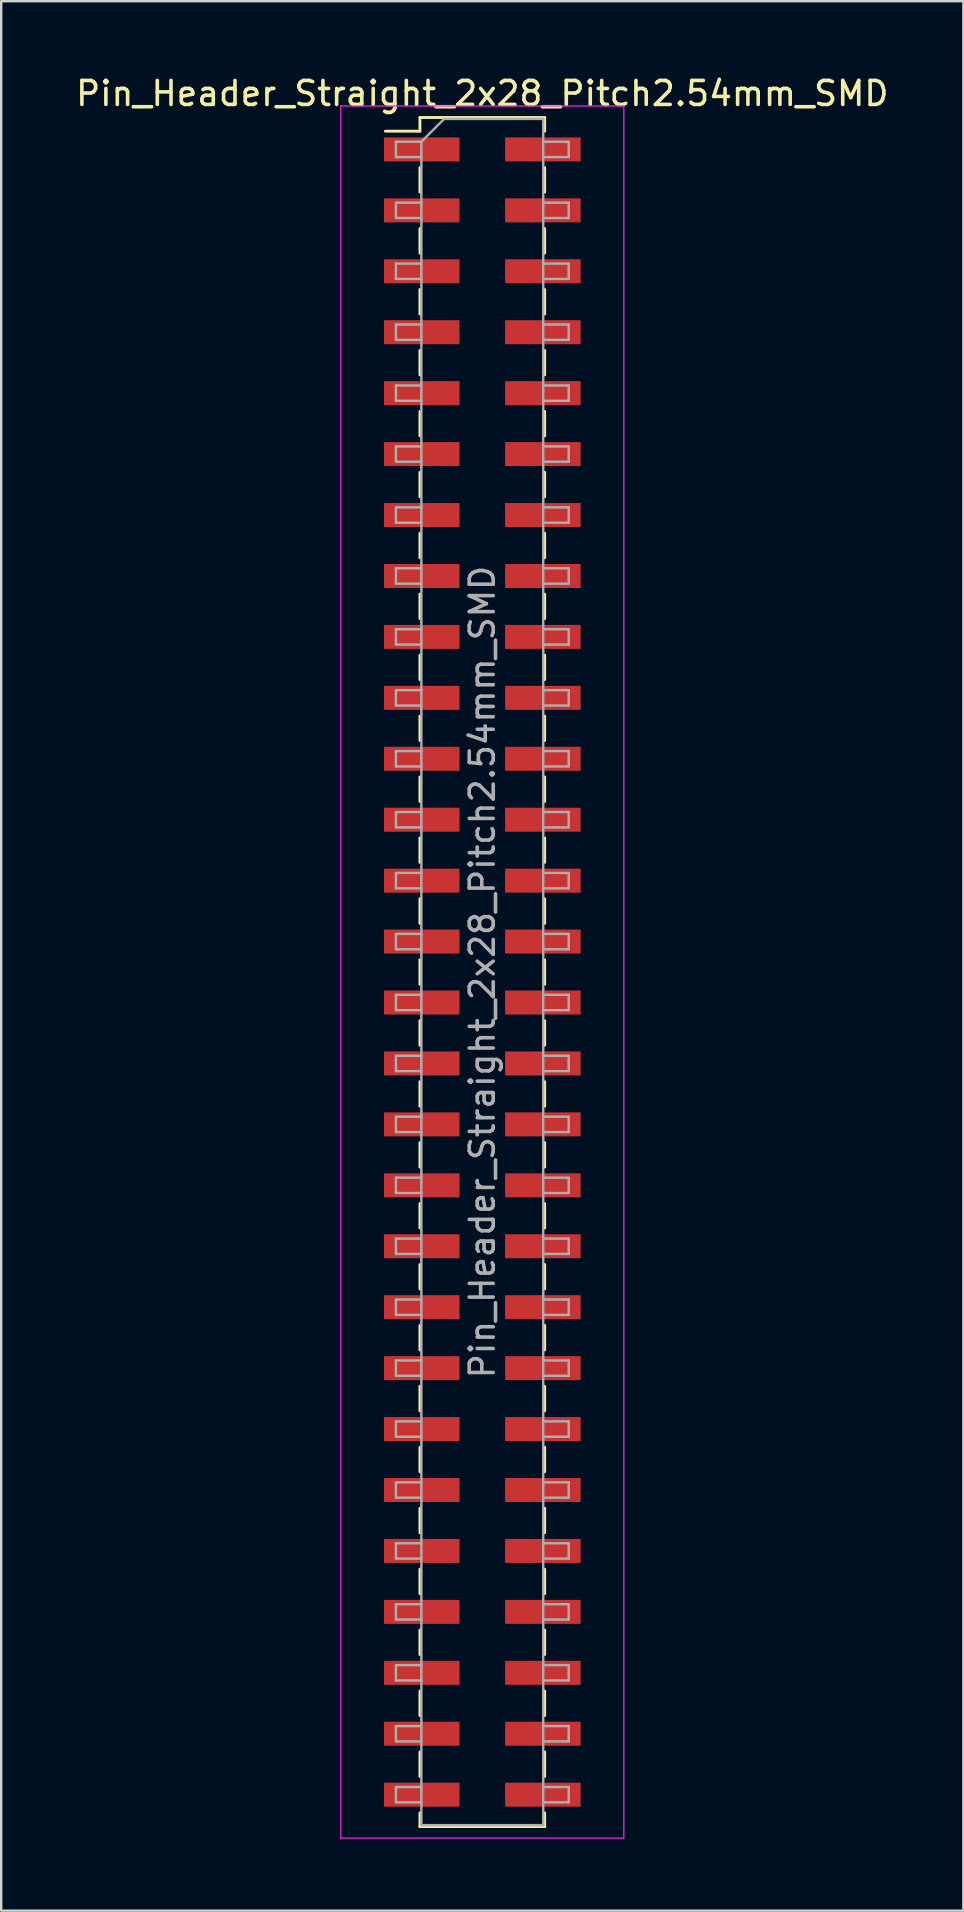
<source format=kicad_pcb>
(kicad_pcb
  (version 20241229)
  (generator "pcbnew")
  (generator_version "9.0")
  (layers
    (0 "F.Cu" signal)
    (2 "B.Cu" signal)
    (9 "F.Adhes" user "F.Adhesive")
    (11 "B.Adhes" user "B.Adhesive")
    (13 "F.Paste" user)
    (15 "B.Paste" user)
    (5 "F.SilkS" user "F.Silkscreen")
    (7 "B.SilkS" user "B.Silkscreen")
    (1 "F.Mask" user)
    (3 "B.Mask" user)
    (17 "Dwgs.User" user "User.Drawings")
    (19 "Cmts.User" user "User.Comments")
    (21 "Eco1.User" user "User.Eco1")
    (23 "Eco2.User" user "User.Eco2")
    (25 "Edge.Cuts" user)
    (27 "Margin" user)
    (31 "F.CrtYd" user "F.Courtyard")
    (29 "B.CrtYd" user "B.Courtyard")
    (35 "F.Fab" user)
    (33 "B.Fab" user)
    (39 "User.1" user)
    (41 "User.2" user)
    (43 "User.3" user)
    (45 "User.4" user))
  (footprint "Pin_Header_Straight_2x28_Pitch2.54mm_SMD"
    (layer "F.Cu")
    (at 17.054 37.468)
    (property "Reference" "Pin_Header_Straight_2x28_Pitch2.54mm_SMD" (at 0 -36.62 0) (layer "F.SilkS") (effects (font (size 1 1) (thickness 0.15))))
    (attr smd)
    (fp_line (start -4.04 -35.05) (end -2.6 -35.05) (stroke (width 0.12) (type solid)) (layer "F.SilkS"))
    (fp_line (start -2.6 -35.62) (end -2.6 -35.05) (stroke (width 0.12) (type solid)) (layer "F.SilkS"))
    (fp_line (start -2.6 -35.62) (end 2.6 -35.62) (stroke (width 0.12) (type solid)) (layer "F.SilkS"))
    (fp_line (start -2.6 -33.53) (end -2.6 -32.51) (stroke (width 0.12) (type solid)) (layer "F.SilkS"))
    (fp_line (start -2.6 -30.99) (end -2.6 -29.97) (stroke (width 0.12) (type solid)) (layer "F.SilkS"))
    (fp_line (start -2.6 -28.45) (end -2.6 -27.43) (stroke (width 0.12) (type solid)) (layer "F.SilkS"))
    (fp_line (start -2.6 -25.91) (end -2.6 -24.89) (stroke (width 0.12) (type solid)) (layer "F.SilkS"))
    (fp_line (start -2.6 -23.37) (end -2.6 -22.35) (stroke (width 0.12) (type solid)) (layer "F.SilkS"))
    (fp_line (start -2.6 -20.83) (end -2.6 -19.81) (stroke (width 0.12) (type solid)) (layer "F.SilkS"))
    (fp_line (start -2.6 -18.29) (end -2.6 -17.27) (stroke (width 0.12) (type solid)) (layer "F.SilkS"))
    (fp_line (start -2.6 -15.75) (end -2.6 -14.73) (stroke (width 0.12) (type solid)) (layer "F.SilkS"))
    (fp_line (start -2.6 -13.21) (end -2.6 -12.19) (stroke (width 0.12) (type solid)) (layer "F.SilkS"))
    (fp_line (start -2.6 -10.67) (end -2.6 -9.65) (stroke (width 0.12) (type solid)) (layer "F.SilkS"))
    (fp_line (start -2.6 -8.13) (end -2.6 -7.11) (stroke (width 0.12) (type solid)) (layer "F.SilkS"))
    (fp_line (start -2.6 -5.59) (end -2.6 -4.57) (stroke (width 0.12) (type solid)) (layer "F.SilkS"))
    (fp_line (start -2.6 -3.05) (end -2.6 -2.03) (stroke (width 0.12) (type solid)) (layer "F.SilkS"))
    (fp_line (start -2.6 -0.51) (end -2.6 0.51) (stroke (width 0.12) (type solid)) (layer "F.SilkS"))
    (fp_line (start -2.6 2.03) (end -2.6 3.05) (stroke (width 0.12) (type solid)) (layer "F.SilkS"))
    (fp_line (start -2.6 4.57) (end -2.6 5.59) (stroke (width 0.12) (type solid)) (layer "F.SilkS"))
    (fp_line (start -2.6 7.11) (end -2.6 8.13) (stroke (width 0.12) (type solid)) (layer "F.SilkS"))
    (fp_line (start -2.6 9.65) (end -2.6 10.67) (stroke (width 0.12) (type solid)) (layer "F.SilkS"))
    (fp_line (start -2.6 12.19) (end -2.6 13.21) (stroke (width 0.12) (type solid)) (layer "F.SilkS"))
    (fp_line (start -2.6 14.73) (end -2.6 15.75) (stroke (width 0.12) (type solid)) (layer "F.SilkS"))
    (fp_line (start -2.6 17.27) (end -2.6 18.29) (stroke (width 0.12) (type solid)) (layer "F.SilkS"))
    (fp_line (start -2.6 19.81) (end -2.6 20.83) (stroke (width 0.12) (type solid)) (layer "F.SilkS"))
    (fp_line (start -2.6 22.35) (end -2.6 23.37) (stroke (width 0.12) (type solid)) (layer "F.SilkS"))
    (fp_line (start -2.6 24.89) (end -2.6 25.91) (stroke (width 0.12) (type solid)) (layer "F.SilkS"))
    (fp_line (start -2.6 27.43) (end -2.6 28.45) (stroke (width 0.12) (type solid)) (layer "F.SilkS"))
    (fp_line (start -2.6 29.97) (end -2.6 30.99) (stroke (width 0.12) (type solid)) (layer "F.SilkS"))
    (fp_line (start -2.6 32.51) (end -2.6 33.53) (stroke (width 0.12) (type solid)) (layer "F.SilkS"))
    (fp_line (start -2.6 35.05) (end -2.6 35.62) (stroke (width 0.12) (type solid)) (layer "F.SilkS"))
    (fp_line (start -2.6 35.62) (end 2.6 35.62) (stroke (width 0.12) (type solid)) (layer "F.SilkS"))
    (fp_line (start 2.6 -35.62) (end 2.6 -35.05) (stroke (width 0.12) (type solid)) (layer "F.SilkS"))
    (fp_line (start 2.6 -33.53) (end 2.6 -32.51) (stroke (width 0.12) (type solid)) (layer "F.SilkS"))
    (fp_line (start 2.6 -30.99) (end 2.6 -29.97) (stroke (width 0.12) (type solid)) (layer "F.SilkS"))
    (fp_line (start 2.6 -28.45) (end 2.6 -27.43) (stroke (width 0.12) (type solid)) (layer "F.SilkS"))
    (fp_line (start 2.6 -25.91) (end 2.6 -24.89) (stroke (width 0.12) (type solid)) (layer "F.SilkS"))
    (fp_line (start 2.6 -23.37) (end 2.6 -22.35) (stroke (width 0.12) (type solid)) (layer "F.SilkS"))
    (fp_line (start 2.6 -20.83) (end 2.6 -19.81) (stroke (width 0.12) (type solid)) (layer "F.SilkS"))
    (fp_line (start 2.6 -18.29) (end 2.6 -17.27) (stroke (width 0.12) (type solid)) (layer "F.SilkS"))
    (fp_line (start 2.6 -15.75) (end 2.6 -14.73) (stroke (width 0.12) (type solid)) (layer "F.SilkS"))
    (fp_line (start 2.6 -13.21) (end 2.6 -12.19) (stroke (width 0.12) (type solid)) (layer "F.SilkS"))
    (fp_line (start 2.6 -10.67) (end 2.6 -9.65) (stroke (width 0.12) (type solid)) (layer "F.SilkS"))
    (fp_line (start 2.6 -8.13) (end 2.6 -7.11) (stroke (width 0.12) (type solid)) (layer "F.SilkS"))
    (fp_line (start 2.6 -5.59) (end 2.6 -4.57) (stroke (width 0.12) (type solid)) (layer "F.SilkS"))
    (fp_line (start 2.6 -3.05) (end 2.6 -2.03) (stroke (width 0.12) (type solid)) (layer "F.SilkS"))
    (fp_line (start 2.6 -0.51) (end 2.6 0.51) (stroke (width 0.12) (type solid)) (layer "F.SilkS"))
    (fp_line (start 2.6 2.03) (end 2.6 3.05) (stroke (width 0.12) (type solid)) (layer "F.SilkS"))
    (fp_line (start 2.6 4.57) (end 2.6 5.59) (stroke (width 0.12) (type solid)) (layer "F.SilkS"))
    (fp_line (start 2.6 7.11) (end 2.6 8.13) (stroke (width 0.12) (type solid)) (layer "F.SilkS"))
    (fp_line (start 2.6 9.65) (end 2.6 10.67) (stroke (width 0.12) (type solid)) (layer "F.SilkS"))
    (fp_line (start 2.6 12.19) (end 2.6 13.21) (stroke (width 0.12) (type solid)) (layer "F.SilkS"))
    (fp_line (start 2.6 14.73) (end 2.6 15.75) (stroke (width 0.12) (type solid)) (layer "F.SilkS"))
    (fp_line (start 2.6 17.27) (end 2.6 18.29) (stroke (width 0.12) (type solid)) (layer "F.SilkS"))
    (fp_line (start 2.6 19.81) (end 2.6 20.83) (stroke (width 0.12) (type solid)) (layer "F.SilkS"))
    (fp_line (start 2.6 22.35) (end 2.6 23.37) (stroke (width 0.12) (type solid)) (layer "F.SilkS"))
    (fp_line (start 2.6 24.89) (end 2.6 25.91) (stroke (width 0.12) (type solid)) (layer "F.SilkS"))
    (fp_line (start 2.6 27.43) (end 2.6 28.45) (stroke (width 0.12) (type solid)) (layer "F.SilkS"))
    (fp_line (start 2.6 29.97) (end 2.6 30.99) (stroke (width 0.12) (type solid)) (layer "F.SilkS"))
    (fp_line (start 2.6 32.51) (end 2.6 33.53) (stroke (width 0.12) (type solid)) (layer "F.SilkS"))
    (fp_line (start 2.6 35.05) (end 2.6 35.62) (stroke (width 0.12) (type solid)) (layer "F.SilkS"))
    (fp_line (start -5.9 -36.1) (end -5.9 36.1) (stroke (width 0.05) (type solid)) (layer "F.CrtYd"))
    (fp_line (start -5.9 36.1) (end 5.9 36.1) (stroke (width 0.05) (type solid)) (layer "F.CrtYd"))
    (fp_line (start 5.9 -36.1) (end -5.9 -36.1) (stroke (width 0.05) (type solid)) (layer "F.CrtYd"))
    (fp_line (start 5.9 36.1) (end 5.9 -36.1) (stroke (width 0.05) (type solid)) (layer "F.CrtYd"))
    (fp_line (start -3.6 -34.61) (end -3.6 -33.97) (stroke (width 0.1) (type solid)) (layer "F.Fab"))
    (fp_line (start -3.6 -33.97) (end -2.54 -33.97) (stroke (width 0.1) (type solid)) (layer "F.Fab"))
    (fp_line (start -3.6 -32.07) (end -3.6 -31.43) (stroke (width 0.1) (type solid)) (layer "F.Fab"))
    (fp_line (start -3.6 -31.43) (end -2.54 -31.43) (stroke (width 0.1) (type solid)) (layer "F.Fab"))
    (fp_line (start -3.6 -29.53) (end -3.6 -28.89) (stroke (width 0.1) (type solid)) (layer "F.Fab"))
    (fp_line (start -3.6 -28.89) (end -2.54 -28.89) (stroke (width 0.1) (type solid)) (layer "F.Fab"))
    (fp_line (start -3.6 -26.99) (end -3.6 -26.35) (stroke (width 0.1) (type solid)) (layer "F.Fab"))
    (fp_line (start -3.6 -26.35) (end -2.54 -26.35) (stroke (width 0.1) (type solid)) (layer "F.Fab"))
    (fp_line (start -3.6 -24.45) (end -3.6 -23.81) (stroke (width 0.1) (type solid)) (layer "F.Fab"))
    (fp_line (start -3.6 -23.81) (end -2.54 -23.81) (stroke (width 0.1) (type solid)) (layer "F.Fab"))
    (fp_line (start -3.6 -21.91) (end -3.6 -21.27) (stroke (width 0.1) (type solid)) (layer "F.Fab"))
    (fp_line (start -3.6 -21.27) (end -2.54 -21.27) (stroke (width 0.1) (type solid)) (layer "F.Fab"))
    (fp_line (start -3.6 -19.37) (end -3.6 -18.73) (stroke (width 0.1) (type solid)) (layer "F.Fab"))
    (fp_line (start -3.6 -18.73) (end -2.54 -18.73) (stroke (width 0.1) (type solid)) (layer "F.Fab"))
    (fp_line (start -3.6 -16.83) (end -3.6 -16.19) (stroke (width 0.1) (type solid)) (layer "F.Fab"))
    (fp_line (start -3.6 -16.19) (end -2.54 -16.19) (stroke (width 0.1) (type solid)) (layer "F.Fab"))
    (fp_line (start -3.6 -14.29) (end -3.6 -13.65) (stroke (width 0.1) (type solid)) (layer "F.Fab"))
    (fp_line (start -3.6 -13.65) (end -2.54 -13.65) (stroke (width 0.1) (type solid)) (layer "F.Fab"))
    (fp_line (start -3.6 -11.75) (end -3.6 -11.11) (stroke (width 0.1) (type solid)) (layer "F.Fab"))
    (fp_line (start -3.6 -11.11) (end -2.54 -11.11) (stroke (width 0.1) (type solid)) (layer "F.Fab"))
    (fp_line (start -3.6 -9.21) (end -3.6 -8.57) (stroke (width 0.1) (type solid)) (layer "F.Fab"))
    (fp_line (start -3.6 -8.57) (end -2.54 -8.57) (stroke (width 0.1) (type solid)) (layer "F.Fab"))
    (fp_line (start -3.6 -6.67) (end -3.6 -6.03) (stroke (width 0.1) (type solid)) (layer "F.Fab"))
    (fp_line (start -3.6 -6.03) (end -2.54 -6.03) (stroke (width 0.1) (type solid)) (layer "F.Fab"))
    (fp_line (start -3.6 -4.13) (end -3.6 -3.49) (stroke (width 0.1) (type solid)) (layer "F.Fab"))
    (fp_line (start -3.6 -3.49) (end -2.54 -3.49) (stroke (width 0.1) (type solid)) (layer "F.Fab"))
    (fp_line (start -3.6 -1.59) (end -3.6 -0.95) (stroke (width 0.1) (type solid)) (layer "F.Fab"))
    (fp_line (start -3.6 -0.95) (end -2.54 -0.95) (stroke (width 0.1) (type solid)) (layer "F.Fab"))
    (fp_line (start -3.6 0.95) (end -3.6 1.59) (stroke (width 0.1) (type solid)) (layer "F.Fab"))
    (fp_line (start -3.6 1.59) (end -2.54 1.59) (stroke (width 0.1) (type solid)) (layer "F.Fab"))
    (fp_line (start -3.6 3.49) (end -3.6 4.13) (stroke (width 0.1) (type solid)) (layer "F.Fab"))
    (fp_line (start -3.6 4.13) (end -2.54 4.13) (stroke (width 0.1) (type solid)) (layer "F.Fab"))
    (fp_line (start -3.6 6.03) (end -3.6 6.67) (stroke (width 0.1) (type solid)) (layer "F.Fab"))
    (fp_line (start -3.6 6.67) (end -2.54 6.67) (stroke (width 0.1) (type solid)) (layer "F.Fab"))
    (fp_line (start -3.6 8.57) (end -3.6 9.21) (stroke (width 0.1) (type solid)) (layer "F.Fab"))
    (fp_line (start -3.6 9.21) (end -2.54 9.21) (stroke (width 0.1) (type solid)) (layer "F.Fab"))
    (fp_line (start -3.6 11.11) (end -3.6 11.75) (stroke (width 0.1) (type solid)) (layer "F.Fab"))
    (fp_line (start -3.6 11.75) (end -2.54 11.75) (stroke (width 0.1) (type solid)) (layer "F.Fab"))
    (fp_line (start -3.6 13.65) (end -3.6 14.29) (stroke (width 0.1) (type solid)) (layer "F.Fab"))
    (fp_line (start -3.6 14.29) (end -2.54 14.29) (stroke (width 0.1) (type solid)) (layer "F.Fab"))
    (fp_line (start -3.6 16.19) (end -3.6 16.83) (stroke (width 0.1) (type solid)) (layer "F.Fab"))
    (fp_line (start -3.6 16.83) (end -2.54 16.83) (stroke (width 0.1) (type solid)) (layer "F.Fab"))
    (fp_line (start -3.6 18.73) (end -3.6 19.37) (stroke (width 0.1) (type solid)) (layer "F.Fab"))
    (fp_line (start -3.6 19.37) (end -2.54 19.37) (stroke (width 0.1) (type solid)) (layer "F.Fab"))
    (fp_line (start -3.6 21.27) (end -3.6 21.91) (stroke (width 0.1) (type solid)) (layer "F.Fab"))
    (fp_line (start -3.6 21.91) (end -2.54 21.91) (stroke (width 0.1) (type solid)) (layer "F.Fab"))
    (fp_line (start -3.6 23.81) (end -3.6 24.45) (stroke (width 0.1) (type solid)) (layer "F.Fab"))
    (fp_line (start -3.6 24.45) (end -2.54 24.45) (stroke (width 0.1) (type solid)) (layer "F.Fab"))
    (fp_line (start -3.6 26.35) (end -3.6 26.99) (stroke (width 0.1) (type solid)) (layer "F.Fab"))
    (fp_line (start -3.6 26.99) (end -2.54 26.99) (stroke (width 0.1) (type solid)) (layer "F.Fab"))
    (fp_line (start -3.6 28.89) (end -3.6 29.53) (stroke (width 0.1) (type solid)) (layer "F.Fab"))
    (fp_line (start -3.6 29.53) (end -2.54 29.53) (stroke (width 0.1) (type solid)) (layer "F.Fab"))
    (fp_line (start -3.6 31.43) (end -3.6 32.07) (stroke (width 0.1) (type solid)) (layer "F.Fab"))
    (fp_line (start -3.6 32.07) (end -2.54 32.07) (stroke (width 0.1) (type solid)) (layer "F.Fab"))
    (fp_line (start -3.6 33.97) (end -3.6 34.61) (stroke (width 0.1) (type solid)) (layer "F.Fab"))
    (fp_line (start -3.6 34.61) (end -2.54 34.61) (stroke (width 0.1) (type solid)) (layer "F.Fab"))
    (fp_line (start -2.54 -34.61) (end -3.6 -34.61) (stroke (width 0.1) (type solid)) (layer "F.Fab"))
    (fp_line (start -2.54 -34.61) (end -1.59 -35.56) (stroke (width 0.1) (type solid)) (layer "F.Fab"))
    (fp_line (start -2.54 -32.07) (end -3.6 -32.07) (stroke (width 0.1) (type solid)) (layer "F.Fab"))
    (fp_line (start -2.54 -29.53) (end -3.6 -29.53) (stroke (width 0.1) (type solid)) (layer "F.Fab"))
    (fp_line (start -2.54 -26.99) (end -3.6 -26.99) (stroke (width 0.1) (type solid)) (layer "F.Fab"))
    (fp_line (start -2.54 -24.45) (end -3.6 -24.45) (stroke (width 0.1) (type solid)) (layer "F.Fab"))
    (fp_line (start -2.54 -21.91) (end -3.6 -21.91) (stroke (width 0.1) (type solid)) (layer "F.Fab"))
    (fp_line (start -2.54 -19.37) (end -3.6 -19.37) (stroke (width 0.1) (type solid)) (layer "F.Fab"))
    (fp_line (start -2.54 -16.83) (end -3.6 -16.83) (stroke (width 0.1) (type solid)) (layer "F.Fab"))
    (fp_line (start -2.54 -14.29) (end -3.6 -14.29) (stroke (width 0.1) (type solid)) (layer "F.Fab"))
    (fp_line (start -2.54 -11.75) (end -3.6 -11.75) (stroke (width 0.1) (type solid)) (layer "F.Fab"))
    (fp_line (start -2.54 -9.21) (end -3.6 -9.21) (stroke (width 0.1) (type solid)) (layer "F.Fab"))
    (fp_line (start -2.54 -6.67) (end -3.6 -6.67) (stroke (width 0.1) (type solid)) (layer "F.Fab"))
    (fp_line (start -2.54 -4.13) (end -3.6 -4.13) (stroke (width 0.1) (type solid)) (layer "F.Fab"))
    (fp_line (start -2.54 -1.59) (end -3.6 -1.59) (stroke (width 0.1) (type solid)) (layer "F.Fab"))
    (fp_line (start -2.54 0.95) (end -3.6 0.95) (stroke (width 0.1) (type solid)) (layer "F.Fab"))
    (fp_line (start -2.54 3.49) (end -3.6 3.49) (stroke (width 0.1) (type solid)) (layer "F.Fab"))
    (fp_line (start -2.54 6.03) (end -3.6 6.03) (stroke (width 0.1) (type solid)) (layer "F.Fab"))
    (fp_line (start -2.54 8.57) (end -3.6 8.57) (stroke (width 0.1) (type solid)) (layer "F.Fab"))
    (fp_line (start -2.54 11.11) (end -3.6 11.11) (stroke (width 0.1) (type solid)) (layer "F.Fab"))
    (fp_line (start -2.54 13.65) (end -3.6 13.65) (stroke (width 0.1) (type solid)) (layer "F.Fab"))
    (fp_line (start -2.54 16.19) (end -3.6 16.19) (stroke (width 0.1) (type solid)) (layer "F.Fab"))
    (fp_line (start -2.54 18.73) (end -3.6 18.73) (stroke (width 0.1) (type solid)) (layer "F.Fab"))
    (fp_line (start -2.54 21.27) (end -3.6 21.27) (stroke (width 0.1) (type solid)) (layer "F.Fab"))
    (fp_line (start -2.54 23.81) (end -3.6 23.81) (stroke (width 0.1) (type solid)) (layer "F.Fab"))
    (fp_line (start -2.54 26.35) (end -3.6 26.35) (stroke (width 0.1) (type solid)) (layer "F.Fab"))
    (fp_line (start -2.54 28.89) (end -3.6 28.89) (stroke (width 0.1) (type solid)) (layer "F.Fab"))
    (fp_line (start -2.54 31.43) (end -3.6 31.43) (stroke (width 0.1) (type solid)) (layer "F.Fab"))
    (fp_line (start -2.54 33.97) (end -3.6 33.97) (stroke (width 0.1) (type solid)) (layer "F.Fab"))
    (fp_line (start -2.54 35.56) (end -2.54 -34.61) (stroke (width 0.1) (type solid)) (layer "F.Fab"))
    (fp_line (start -1.59 -35.56) (end 2.54 -35.56) (stroke (width 0.1) (type solid)) (layer "F.Fab"))
    (fp_line (start 2.54 -35.56) (end 2.54 35.56) (stroke (width 0.1) (type solid)) (layer "F.Fab"))
    (fp_line (start 2.54 -34.61) (end 3.6 -34.61) (stroke (width 0.1) (type solid)) (layer "F.Fab"))
    (fp_line (start 2.54 -32.07) (end 3.6 -32.07) (stroke (width 0.1) (type solid)) (layer "F.Fab"))
    (fp_line (start 2.54 -29.53) (end 3.6 -29.53) (stroke (width 0.1) (type solid)) (layer "F.Fab"))
    (fp_line (start 2.54 -26.99) (end 3.6 -26.99) (stroke (width 0.1) (type solid)) (layer "F.Fab"))
    (fp_line (start 2.54 -24.45) (end 3.6 -24.45) (stroke (width 0.1) (type solid)) (layer "F.Fab"))
    (fp_line (start 2.54 -21.91) (end 3.6 -21.91) (stroke (width 0.1) (type solid)) (layer "F.Fab"))
    (fp_line (start 2.54 -19.37) (end 3.6 -19.37) (stroke (width 0.1) (type solid)) (layer "F.Fab"))
    (fp_line (start 2.54 -16.83) (end 3.6 -16.83) (stroke (width 0.1) (type solid)) (layer "F.Fab"))
    (fp_line (start 2.54 -14.29) (end 3.6 -14.29) (stroke (width 0.1) (type solid)) (layer "F.Fab"))
    (fp_line (start 2.54 -11.75) (end 3.6 -11.75) (stroke (width 0.1) (type solid)) (layer "F.Fab"))
    (fp_line (start 2.54 -9.21) (end 3.6 -9.21) (stroke (width 0.1) (type solid)) (layer "F.Fab"))
    (fp_line (start 2.54 -6.67) (end 3.6 -6.67) (stroke (width 0.1) (type solid)) (layer "F.Fab"))
    (fp_line (start 2.54 -4.13) (end 3.6 -4.13) (stroke (width 0.1) (type solid)) (layer "F.Fab"))
    (fp_line (start 2.54 -1.59) (end 3.6 -1.59) (stroke (width 0.1) (type solid)) (layer "F.Fab"))
    (fp_line (start 2.54 0.95) (end 3.6 0.95) (stroke (width 0.1) (type solid)) (layer "F.Fab"))
    (fp_line (start 2.54 3.49) (end 3.6 3.49) (stroke (width 0.1) (type solid)) (layer "F.Fab"))
    (fp_line (start 2.54 6.03) (end 3.6 6.03) (stroke (width 0.1) (type solid)) (layer "F.Fab"))
    (fp_line (start 2.54 8.57) (end 3.6 8.57) (stroke (width 0.1) (type solid)) (layer "F.Fab"))
    (fp_line (start 2.54 11.11) (end 3.6 11.11) (stroke (width 0.1) (type solid)) (layer "F.Fab"))
    (fp_line (start 2.54 13.65) (end 3.6 13.65) (stroke (width 0.1) (type solid)) (layer "F.Fab"))
    (fp_line (start 2.54 16.19) (end 3.6 16.19) (stroke (width 0.1) (type solid)) (layer "F.Fab"))
    (fp_line (start 2.54 18.73) (end 3.6 18.73) (stroke (width 0.1) (type solid)) (layer "F.Fab"))
    (fp_line (start 2.54 21.27) (end 3.6 21.27) (stroke (width 0.1) (type solid)) (layer "F.Fab"))
    (fp_line (start 2.54 23.81) (end 3.6 23.81) (stroke (width 0.1) (type solid)) (layer "F.Fab"))
    (fp_line (start 2.54 26.35) (end 3.6 26.35) (stroke (width 0.1) (type solid)) (layer "F.Fab"))
    (fp_line (start 2.54 28.89) (end 3.6 28.89) (stroke (width 0.1) (type solid)) (layer "F.Fab"))
    (fp_line (start 2.54 31.43) (end 3.6 31.43) (stroke (width 0.1) (type solid)) (layer "F.Fab"))
    (fp_line (start 2.54 33.97) (end 3.6 33.97) (stroke (width 0.1) (type solid)) (layer "F.Fab"))
    (fp_line (start 2.54 35.56) (end -2.54 35.56) (stroke (width 0.1) (type solid)) (layer "F.Fab"))
    (fp_line (start 3.6 -34.61) (end 3.6 -33.97) (stroke (width 0.1) (type solid)) (layer "F.Fab"))
    (fp_line (start 3.6 -33.97) (end 2.54 -33.97) (stroke (width 0.1) (type solid)) (layer "F.Fab"))
    (fp_line (start 3.6 -32.07) (end 3.6 -31.43) (stroke (width 0.1) (type solid)) (layer "F.Fab"))
    (fp_line (start 3.6 -31.43) (end 2.54 -31.43) (stroke (width 0.1) (type solid)) (layer "F.Fab"))
    (fp_line (start 3.6 -29.53) (end 3.6 -28.89) (stroke (width 0.1) (type solid)) (layer "F.Fab"))
    (fp_line (start 3.6 -28.89) (end 2.54 -28.89) (stroke (width 0.1) (type solid)) (layer "F.Fab"))
    (fp_line (start 3.6 -26.99) (end 3.6 -26.35) (stroke (width 0.1) (type solid)) (layer "F.Fab"))
    (fp_line (start 3.6 -26.35) (end 2.54 -26.35) (stroke (width 0.1) (type solid)) (layer "F.Fab"))
    (fp_line (start 3.6 -24.45) (end 3.6 -23.81) (stroke (width 0.1) (type solid)) (layer "F.Fab"))
    (fp_line (start 3.6 -23.81) (end 2.54 -23.81) (stroke (width 0.1) (type solid)) (layer "F.Fab"))
    (fp_line (start 3.6 -21.91) (end 3.6 -21.27) (stroke (width 0.1) (type solid)) (layer "F.Fab"))
    (fp_line (start 3.6 -21.27) (end 2.54 -21.27) (stroke (width 0.1) (type solid)) (layer "F.Fab"))
    (fp_line (start 3.6 -19.37) (end 3.6 -18.73) (stroke (width 0.1) (type solid)) (layer "F.Fab"))
    (fp_line (start 3.6 -18.73) (end 2.54 -18.73) (stroke (width 0.1) (type solid)) (layer "F.Fab"))
    (fp_line (start 3.6 -16.83) (end 3.6 -16.19) (stroke (width 0.1) (type solid)) (layer "F.Fab"))
    (fp_line (start 3.6 -16.19) (end 2.54 -16.19) (stroke (width 0.1) (type solid)) (layer "F.Fab"))
    (fp_line (start 3.6 -14.29) (end 3.6 -13.65) (stroke (width 0.1) (type solid)) (layer "F.Fab"))
    (fp_line (start 3.6 -13.65) (end 2.54 -13.65) (stroke (width 0.1) (type solid)) (layer "F.Fab"))
    (fp_line (start 3.6 -11.75) (end 3.6 -11.11) (stroke (width 0.1) (type solid)) (layer "F.Fab"))
    (fp_line (start 3.6 -11.11) (end 2.54 -11.11) (stroke (width 0.1) (type solid)) (layer "F.Fab"))
    (fp_line (start 3.6 -9.21) (end 3.6 -8.57) (stroke (width 0.1) (type solid)) (layer "F.Fab"))
    (fp_line (start 3.6 -8.57) (end 2.54 -8.57) (stroke (width 0.1) (type solid)) (layer "F.Fab"))
    (fp_line (start 3.6 -6.67) (end 3.6 -6.03) (stroke (width 0.1) (type solid)) (layer "F.Fab"))
    (fp_line (start 3.6 -6.03) (end 2.54 -6.03) (stroke (width 0.1) (type solid)) (layer "F.Fab"))
    (fp_line (start 3.6 -4.13) (end 3.6 -3.49) (stroke (width 0.1) (type solid)) (layer "F.Fab"))
    (fp_line (start 3.6 -3.49) (end 2.54 -3.49) (stroke (width 0.1) (type solid)) (layer "F.Fab"))
    (fp_line (start 3.6 -1.59) (end 3.6 -0.95) (stroke (width 0.1) (type solid)) (layer "F.Fab"))
    (fp_line (start 3.6 -0.95) (end 2.54 -0.95) (stroke (width 0.1) (type solid)) (layer "F.Fab"))
    (fp_line (start 3.6 0.95) (end 3.6 1.59) (stroke (width 0.1) (type solid)) (layer "F.Fab"))
    (fp_line (start 3.6 1.59) (end 2.54 1.59) (stroke (width 0.1) (type solid)) (layer "F.Fab"))
    (fp_line (start 3.6 3.49) (end 3.6 4.13) (stroke (width 0.1) (type solid)) (layer "F.Fab"))
    (fp_line (start 3.6 4.13) (end 2.54 4.13) (stroke (width 0.1) (type solid)) (layer "F.Fab"))
    (fp_line (start 3.6 6.03) (end 3.6 6.67) (stroke (width 0.1) (type solid)) (layer "F.Fab"))
    (fp_line (start 3.6 6.67) (end 2.54 6.67) (stroke (width 0.1) (type solid)) (layer "F.Fab"))
    (fp_line (start 3.6 8.57) (end 3.6 9.21) (stroke (width 0.1) (type solid)) (layer "F.Fab"))
    (fp_line (start 3.6 9.21) (end 2.54 9.21) (stroke (width 0.1) (type solid)) (layer "F.Fab"))
    (fp_line (start 3.6 11.11) (end 3.6 11.75) (stroke (width 0.1) (type solid)) (layer "F.Fab"))
    (fp_line (start 3.6 11.75) (end 2.54 11.75) (stroke (width 0.1) (type solid)) (layer "F.Fab"))
    (fp_line (start 3.6 13.65) (end 3.6 14.29) (stroke (width 0.1) (type solid)) (layer "F.Fab"))
    (fp_line (start 3.6 14.29) (end 2.54 14.29) (stroke (width 0.1) (type solid)) (layer "F.Fab"))
    (fp_line (start 3.6 16.19) (end 3.6 16.83) (stroke (width 0.1) (type solid)) (layer "F.Fab"))
    (fp_line (start 3.6 16.83) (end 2.54 16.83) (stroke (width 0.1) (type solid)) (layer "F.Fab"))
    (fp_line (start 3.6 18.73) (end 3.6 19.37) (stroke (width 0.1) (type solid)) (layer "F.Fab"))
    (fp_line (start 3.6 19.37) (end 2.54 19.37) (stroke (width 0.1) (type solid)) (layer "F.Fab"))
    (fp_line (start 3.6 21.27) (end 3.6 21.91) (stroke (width 0.1) (type solid)) (layer "F.Fab"))
    (fp_line (start 3.6 21.91) (end 2.54 21.91) (stroke (width 0.1) (type solid)) (layer "F.Fab"))
    (fp_line (start 3.6 23.81) (end 3.6 24.45) (stroke (width 0.1) (type solid)) (layer "F.Fab"))
    (fp_line (start 3.6 24.45) (end 2.54 24.45) (stroke (width 0.1) (type solid)) (layer "F.Fab"))
    (fp_line (start 3.6 26.35) (end 3.6 26.99) (stroke (width 0.1) (type solid)) (layer "F.Fab"))
    (fp_line (start 3.6 26.99) (end 2.54 26.99) (stroke (width 0.1) (type solid)) (layer "F.Fab"))
    (fp_line (start 3.6 28.89) (end 3.6 29.53) (stroke (width 0.1) (type solid)) (layer "F.Fab"))
    (fp_line (start 3.6 29.53) (end 2.54 29.53) (stroke (width 0.1) (type solid)) (layer "F.Fab"))
    (fp_line (start 3.6 31.43) (end 3.6 32.07) (stroke (width 0.1) (type solid)) (layer "F.Fab"))
    (fp_line (start 3.6 32.07) (end 2.54 32.07) (stroke (width 0.1) (type solid)) (layer "F.Fab"))
    (fp_line (start 3.6 33.97) (end 3.6 34.61) (stroke (width 0.1) (type solid)) (layer "F.Fab"))
    (fp_line (start 3.6 34.61) (end 2.54 34.61) (stroke (width 0.1) (type solid)) (layer "F.Fab"))
    (fp_text user "${REFERENCE}" (at 0 0 90) (layer "F.Fab") (effects (font (size 1 1) (thickness 0.15))))
    (pad "1" smd rect (at -2.525 -34.29) (size 3.15 1) (layers "F.Cu" "F.Mask" "F.Paste"))
    (pad "2" smd rect (at 2.525 -34.29) (size 3.15 1) (layers "F.Cu" "F.Mask" "F.Paste"))
    (pad "3" smd rect (at -2.525 -31.75) (size 3.15 1) (layers "F.Cu" "F.Mask" "F.Paste"))
    (pad "4" smd rect (at 2.525 -31.75) (size 3.15 1) (layers "F.Cu" "F.Mask" "F.Paste"))
    (pad "5" smd rect (at -2.525 -29.21) (size 3.15 1) (layers "F.Cu" "F.Mask" "F.Paste"))
    (pad "6" smd rect (at 2.525 -29.21) (size 3.15 1) (layers "F.Cu" "F.Mask" "F.Paste"))
    (pad "7" smd rect (at -2.525 -26.67) (size 3.15 1) (layers "F.Cu" "F.Mask" "F.Paste"))
    (pad "8" smd rect (at 2.525 -26.67) (size 3.15 1) (layers "F.Cu" "F.Mask" "F.Paste"))
    (pad "9" smd rect (at -2.525 -24.13) (size 3.15 1) (layers "F.Cu" "F.Mask" "F.Paste"))
    (pad "10" smd rect (at 2.525 -24.13) (size 3.15 1) (layers "F.Cu" "F.Mask" "F.Paste"))
    (pad "11" smd rect (at -2.525 -21.59) (size 3.15 1) (layers "F.Cu" "F.Mask" "F.Paste"))
    (pad "12" smd rect (at 2.525 -21.59) (size 3.15 1) (layers "F.Cu" "F.Mask" "F.Paste"))
    (pad "13" smd rect (at -2.525 -19.05) (size 3.15 1) (layers "F.Cu" "F.Mask" "F.Paste"))
    (pad "14" smd rect (at 2.525 -19.05) (size 3.15 1) (layers "F.Cu" "F.Mask" "F.Paste"))
    (pad "15" smd rect (at -2.525 -16.51) (size 3.15 1) (layers "F.Cu" "F.Mask" "F.Paste"))
    (pad "16" smd rect (at 2.525 -16.51) (size 3.15 1) (layers "F.Cu" "F.Mask" "F.Paste"))
    (pad "17" smd rect (at -2.525 -13.97) (size 3.15 1) (layers "F.Cu" "F.Mask" "F.Paste"))
    (pad "18" smd rect (at 2.525 -13.97) (size 3.15 1) (layers "F.Cu" "F.Mask" "F.Paste"))
    (pad "19" smd rect (at -2.525 -11.43) (size 3.15 1) (layers "F.Cu" "F.Mask" "F.Paste"))
    (pad "20" smd rect (at 2.525 -11.43) (size 3.15 1) (layers "F.Cu" "F.Mask" "F.Paste"))
    (pad "21" smd rect (at -2.525 -8.89) (size 3.15 1) (layers "F.Cu" "F.Mask" "F.Paste"))
    (pad "22" smd rect (at 2.525 -8.89) (size 3.15 1) (layers "F.Cu" "F.Mask" "F.Paste"))
    (pad "23" smd rect (at -2.525 -6.35) (size 3.15 1) (layers "F.Cu" "F.Mask" "F.Paste"))
    (pad "24" smd rect (at 2.525 -6.35) (size 3.15 1) (layers "F.Cu" "F.Mask" "F.Paste"))
    (pad "25" smd rect (at -2.525 -3.81) (size 3.15 1) (layers "F.Cu" "F.Mask" "F.Paste"))
    (pad "26" smd rect (at 2.525 -3.81) (size 3.15 1) (layers "F.Cu" "F.Mask" "F.Paste"))
    (pad "27" smd rect (at -2.525 -1.27) (size 3.15 1) (layers "F.Cu" "F.Mask" "F.Paste"))
    (pad "28" smd rect (at 2.525 -1.27) (size 3.15 1) (layers "F.Cu" "F.Mask" "F.Paste"))
    (pad "29" smd rect (at -2.525 1.27) (size 3.15 1) (layers "F.Cu" "F.Mask" "F.Paste"))
    (pad "30" smd rect (at 2.525 1.27) (size 3.15 1) (layers "F.Cu" "F.Mask" "F.Paste"))
    (pad "31" smd rect (at -2.525 3.81) (size 3.15 1) (layers "F.Cu" "F.Mask" "F.Paste"))
    (pad "32" smd rect (at 2.525 3.81) (size 3.15 1) (layers "F.Cu" "F.Mask" "F.Paste"))
    (pad "33" smd rect (at -2.525 6.35) (size 3.15 1) (layers "F.Cu" "F.Mask" "F.Paste"))
    (pad "34" smd rect (at 2.525 6.35) (size 3.15 1) (layers "F.Cu" "F.Mask" "F.Paste"))
    (pad "35" smd rect (at -2.525 8.89) (size 3.15 1) (layers "F.Cu" "F.Mask" "F.Paste"))
    (pad "36" smd rect (at 2.525 8.89) (size 3.15 1) (layers "F.Cu" "F.Mask" "F.Paste"))
    (pad "37" smd rect (at -2.525 11.43) (size 3.15 1) (layers "F.Cu" "F.Mask" "F.Paste"))
    (pad "38" smd rect (at 2.525 11.43) (size 3.15 1) (layers "F.Cu" "F.Mask" "F.Paste"))
    (pad "39" smd rect (at -2.525 13.97) (size 3.15 1) (layers "F.Cu" "F.Mask" "F.Paste"))
    (pad "40" smd rect (at 2.525 13.97) (size 3.15 1) (layers "F.Cu" "F.Mask" "F.Paste"))
    (pad "41" smd rect (at -2.525 16.51) (size 3.15 1) (layers "F.Cu" "F.Mask" "F.Paste"))
    (pad "42" smd rect (at 2.525 16.51) (size 3.15 1) (layers "F.Cu" "F.Mask" "F.Paste"))
    (pad "43" smd rect (at -2.525 19.05) (size 3.15 1) (layers "F.Cu" "F.Mask" "F.Paste"))
    (pad "44" smd rect (at 2.525 19.05) (size 3.15 1) (layers "F.Cu" "F.Mask" "F.Paste"))
    (pad "45" smd rect (at -2.525 21.59) (size 3.15 1) (layers "F.Cu" "F.Mask" "F.Paste"))
    (pad "46" smd rect (at 2.525 21.59) (size 3.15 1) (layers "F.Cu" "F.Mask" "F.Paste"))
    (pad "47" smd rect (at -2.525 24.13) (size 3.15 1) (layers "F.Cu" "F.Mask" "F.Paste"))
    (pad "48" smd rect (at 2.525 24.13) (size 3.15 1) (layers "F.Cu" "F.Mask" "F.Paste"))
    (pad "49" smd rect (at -2.525 26.67) (size 3.15 1) (layers "F.Cu" "F.Mask" "F.Paste"))
    (pad "50" smd rect (at 2.525 26.67) (size 3.15 1) (layers "F.Cu" "F.Mask" "F.Paste"))
    (pad "51" smd rect (at -2.525 29.21) (size 3.15 1) (layers "F.Cu" "F.Mask" "F.Paste"))
    (pad "52" smd rect (at 2.525 29.21) (size 3.15 1) (layers "F.Cu" "F.Mask" "F.Paste"))
    (pad "53" smd rect (at -2.525 31.75) (size 3.15 1) (layers "F.Cu" "F.Mask" "F.Paste"))
    (pad "54" smd rect (at 2.525 31.75) (size 3.15 1) (layers "F.Cu" "F.Mask" "F.Paste"))
    (pad "55" smd rect (at -2.525 34.29) (size 3.15 1) (layers "F.Cu" "F.Mask" "F.Paste"))
    (pad "56" smd rect (at 2.525 34.29) (size 3.15 1) (layers "F.Cu" "F.Mask" "F.Paste")))
  (gr_rect
    (start -3 -3)
    (end 37.107 76.593)
    (stroke (width 0.1) (type default))
    (fill no)
    (layer "Edge.Cuts")))
</source>
